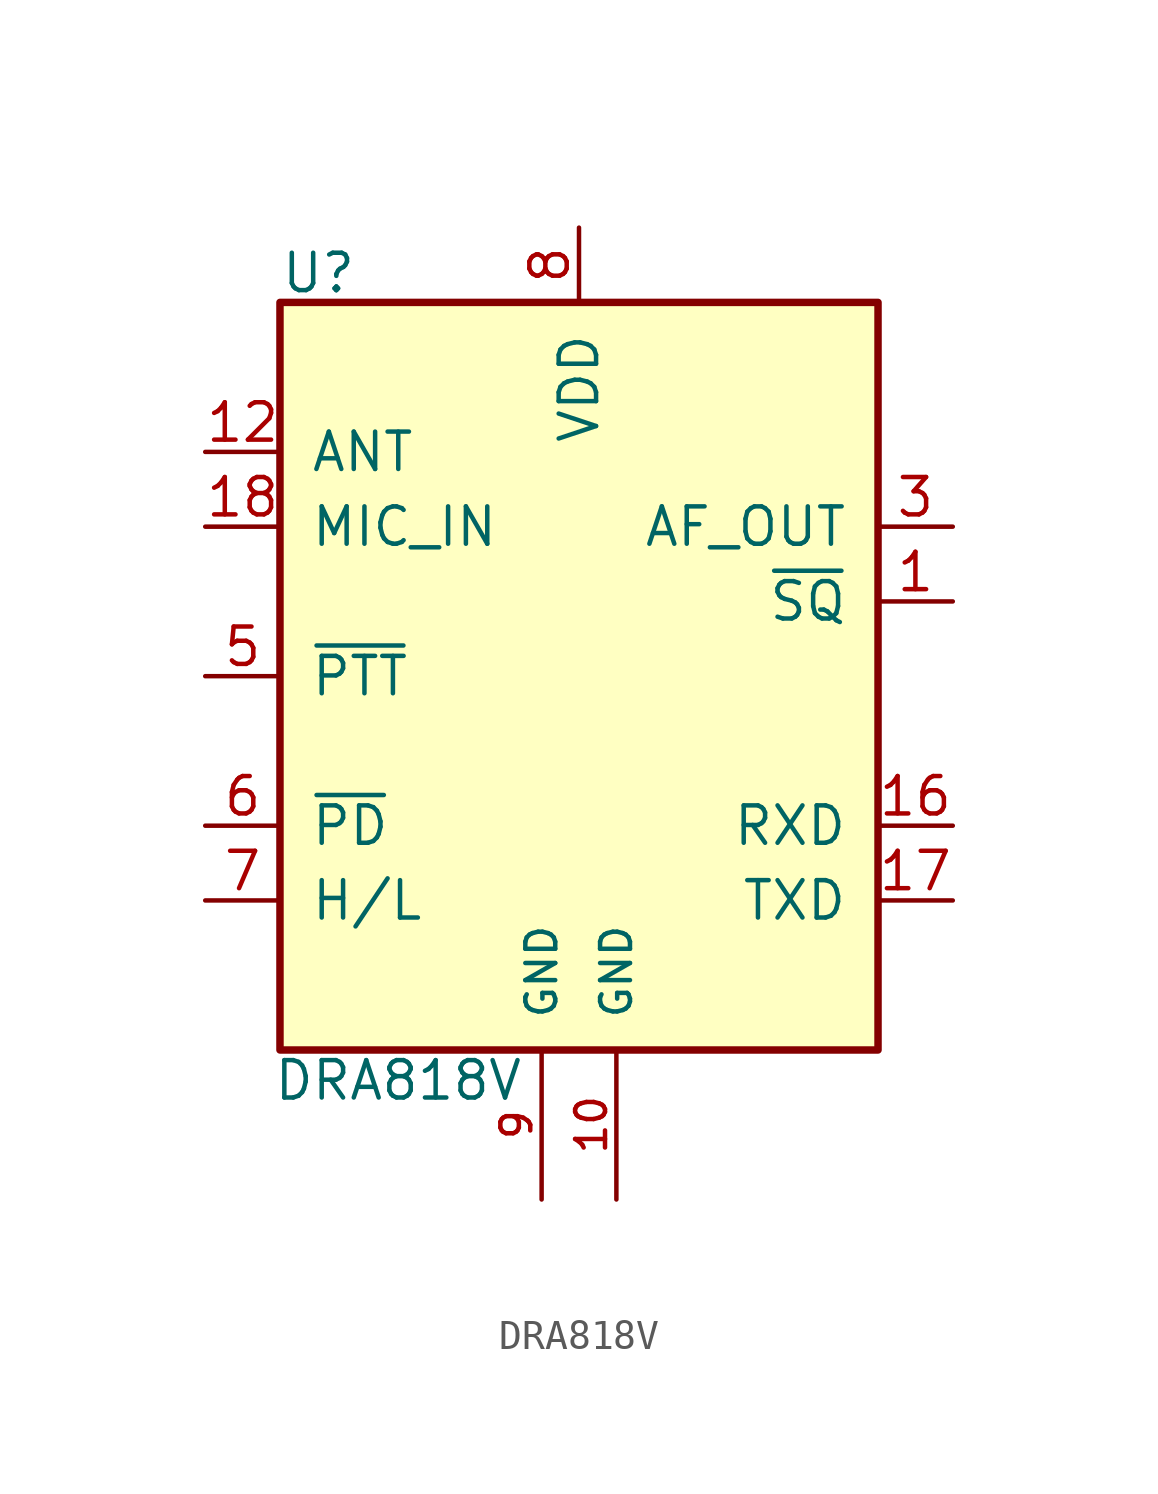
<source format=kicad_sym>
(kicad_symbol_lib
  (version 20241209)
  (generator "kicad_symbol_editor")
  (generator_version "9.0")
  (symbol "DRA818V"
    (pin_names
      (offset 1.016))
    (property "Reference" "U"
      (at -10.16 12.954 0)
      (effects (font (size 1.27 1.27)) (justify left bottom)))
    (property "Value" "DRA818V"
      (at -10.414 -14.478 0)
      (effects (font (size 1.27 1.27)) (justify left bottom)))
    (symbol "DRA818V_0_0"
      (rectangle (start -10.16 12.7) (end 10.16 -12.7) (stroke (width 0.254) (type default)) (fill (type background))))
    (symbol "DRA818V_1_0"
      (pin passive line (at -12.7 7.62 0) (length 2.54) (name "ANT" (effects (font (size 1.27 1.27)))) (number "12" (effects (font (size 1.27 1.27)))))
      (pin input line (at -12.7 5.08 0) (length 2.54) (name "MIC_IN" (effects (font (size 1.27 1.27)))) (number "18" (effects (font (size 1.27 1.27)))))
      (pin input line (at -12.7 0 0) (length 2.54) (name "~{PTT}" (effects (font (size 1.27 1.27)))) (number "5" (effects (font (size 1.27 1.27)))))
      (pin input line (at -12.7 -5.08 0) (length 2.54) (name "~{PD}" (effects (font (size 1.27 1.27)))) (number "6" (effects (font (size 1.27 1.27)))))
      (pin input line (at -12.7 -7.62 0) (length 2.54) (name "H/L" (effects (font (size 1.27 1.27)))) (number "7" (effects (font (size 1.27 1.27)))))
      (pin power_in line (at -1.27 -17.78 90) (length 5.08) (name "GND" (effects (font (size 1.016 1.016)))) (number "9" (effects (font (size 1.016 1.016)))))
      (pin power_in line (at 0 15.24 270) (length 2.54) (name "VDD" (effects (font (size 1.27 1.27)))) (number "8" (effects (font (size 1.27 1.27)))))
      (pin power_in line (at 1.27 -17.78 90) (length 5.08) (name "GND" (effects (font (size 1.016 1.016)))) (number "10" (effects (font (size 1.016 1.016)))))
      (pin output line (at 12.7 5.08 180) (length 2.54) (name "AF_OUT" (effects (font (size 1.27 1.27)))) (number "3" (effects (font (size 1.27 1.27)))))
      (pin output line (at 12.7 2.54 180) (length 2.54) (name "~{SQ}" (effects (font (size 1.27 1.27)))) (number "1" (effects (font (size 1.27 1.27)))))
      (pin input line (at 12.7 -5.08 180) (length 2.54) (name "RXD" (effects (font (size 1.27 1.27)))) (number "16" (effects (font (size 1.27 1.27)))))
      (pin output line (at 12.7 -7.62 180) (length 2.54) (name "TXD" (effects (font (size 1.27 1.27)))) (number "17" (effects (font (size 1.27 1.27))))))))
</source>
